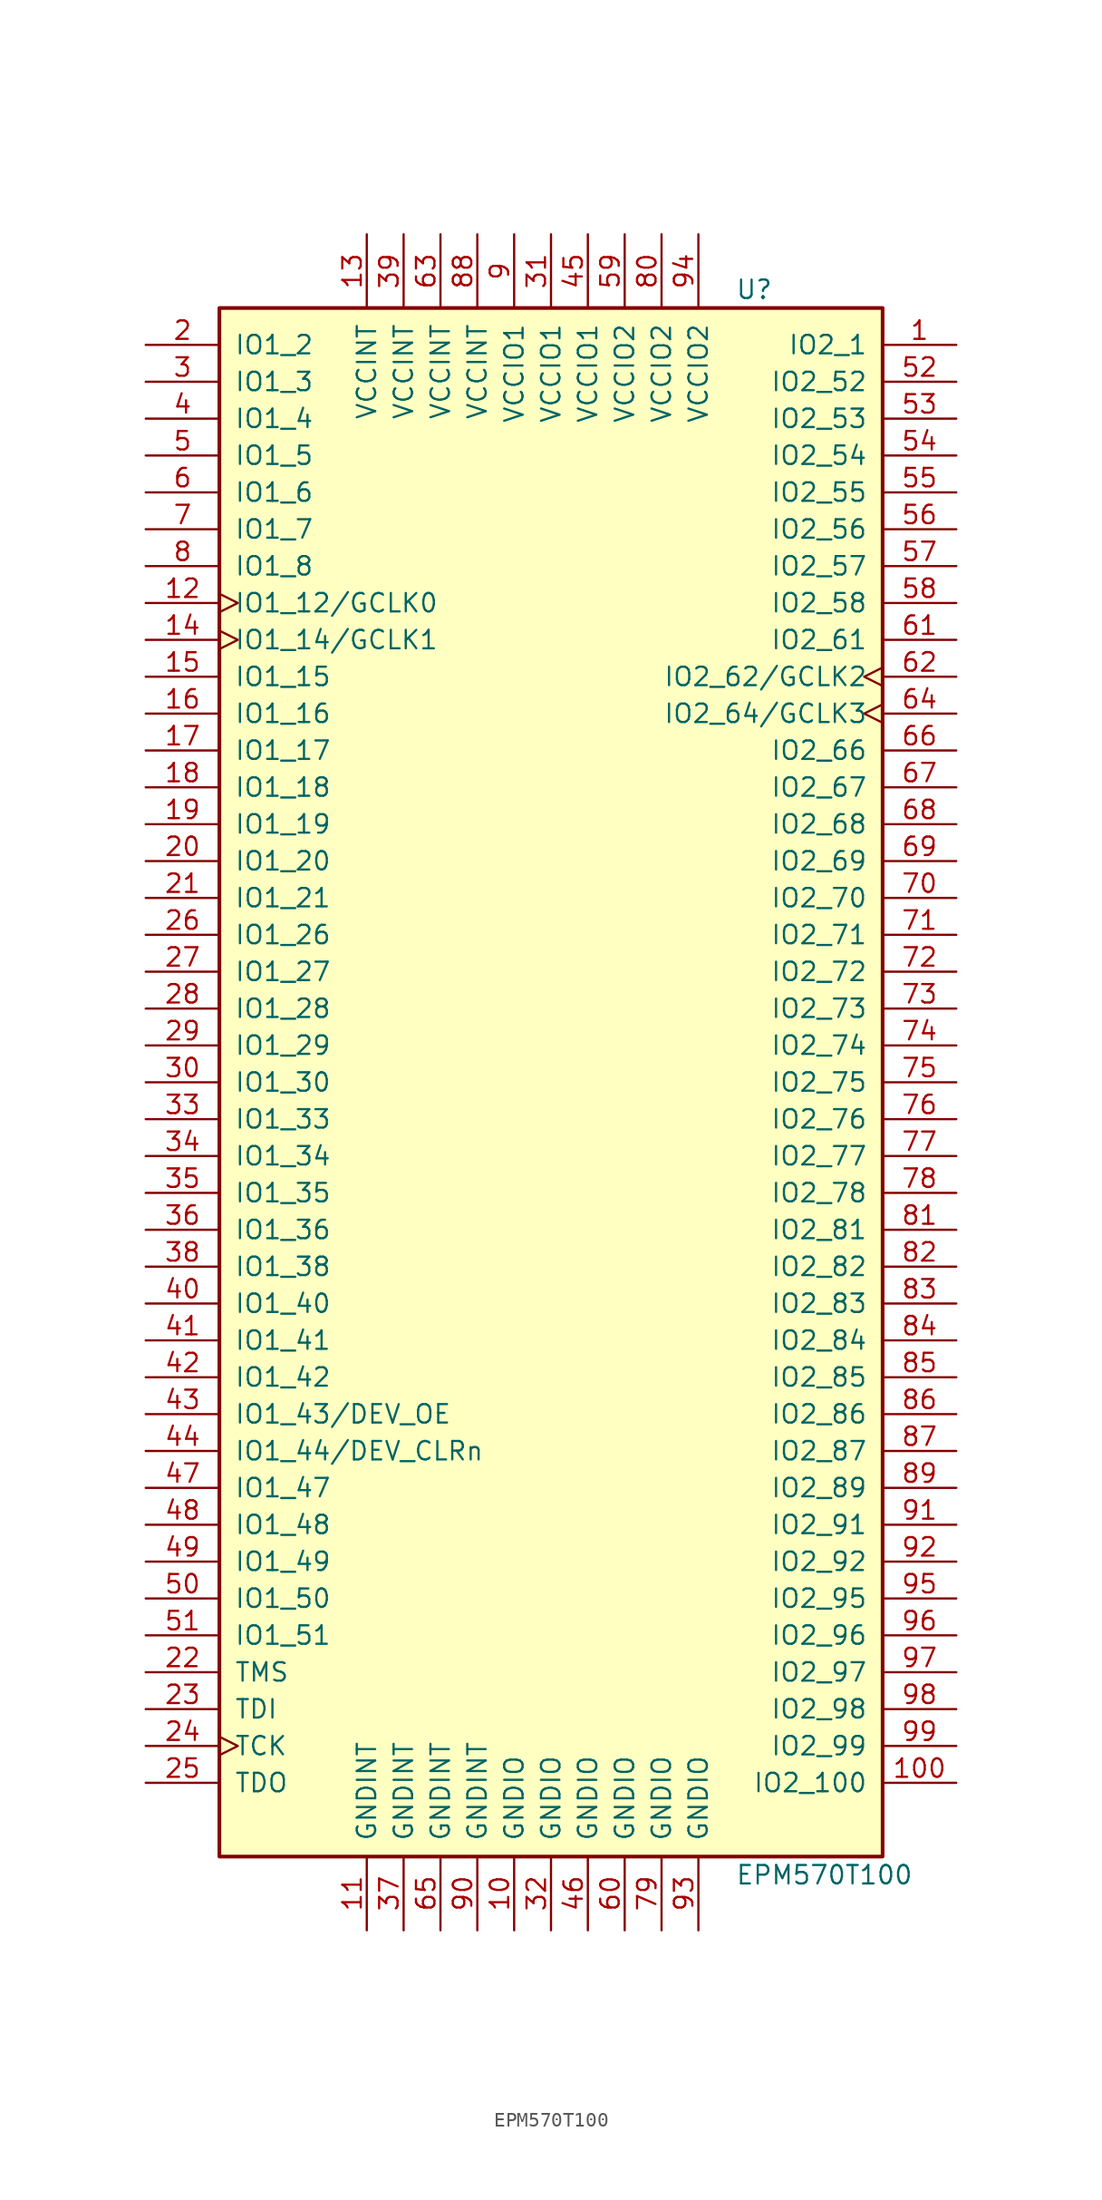
<source format=kicad_sym>
(kicad_symbol_lib
  (version 20201005)
  (generator kicad_symbol_editor)
  (symbol "EPM570T100"
    (pin_names
      (offset 1.016))
    (property "Reference" "U"
      (at 12.7 54.61 0)
      (effects (font (size 1.27 1.27)) (justify left)))
    (property "Value" "EPM570T100"
      (at 12.7 -54.61 0)
      (effects (font (size 1.27 1.27)) (justify left)))
    (property "ki_locked" ""
      (at 0 0 0)
      (effects (font (size 1.27 1.27))))
    (symbol "EPM570T100_1_1"
      (rectangle (start -22.86 53.34) (end 22.86 -53.34) (stroke (width 0.254)) (fill (type background)))
      (pin bidirectional line (at 27.94 50.8 180) (length 5.08) (name "IO2_1" (effects (font (size 1.27 1.27)))) (number "1" (effects (font (size 1.27 1.27)))))
      (pin bidirectional line (at -27.94 50.8 0) (length 5.08) (name "IO1_2" (effects (font (size 1.27 1.27)))) (number "2" (effects (font (size 1.27 1.27)))))
      (pin bidirectional line (at -27.94 48.26 0) (length 5.08) (name "IO1_3" (effects (font (size 1.27 1.27)))) (number "3" (effects (font (size 1.27 1.27)))))
      (pin bidirectional line (at -27.94 45.72 0) (length 5.08) (name "IO1_4" (effects (font (size 1.27 1.27)))) (number "4" (effects (font (size 1.27 1.27)))))
      (pin bidirectional line (at -27.94 43.18 0) (length 5.08) (name "IO1_5" (effects (font (size 1.27 1.27)))) (number "5" (effects (font (size 1.27 1.27)))))
      (pin bidirectional line (at -27.94 40.64 0) (length 5.08) (name "IO1_6" (effects (font (size 1.27 1.27)))) (number "6" (effects (font (size 1.27 1.27)))))
      (pin bidirectional line (at -27.94 38.1 0) (length 5.08) (name "IO1_7" (effects (font (size 1.27 1.27)))) (number "7" (effects (font (size 1.27 1.27)))))
      (pin bidirectional line (at -27.94 35.56 0) (length 5.08) (name "IO1_8" (effects (font (size 1.27 1.27)))) (number "8" (effects (font (size 1.27 1.27)))))
      (pin bidirectional clock (at -27.94 33.02 0) (length 5.08) (name "IO1_12/GCLK0" (effects (font (size 1.27 1.27)))) (number "12" (effects (font (size 1.27 1.27)))))
      (pin bidirectional clock (at -27.94 30.48 0) (length 5.08) (name "IO1_14/GCLK1" (effects (font (size 1.27 1.27)))) (number "14" (effects (font (size 1.27 1.27)))))
      (pin bidirectional line (at -27.94 27.94 0) (length 5.08) (name "IO1_15" (effects (font (size 1.27 1.27)))) (number "15" (effects (font (size 1.27 1.27)))))
      (pin bidirectional line (at -27.94 25.4 0) (length 5.08) (name "IO1_16" (effects (font (size 1.27 1.27)))) (number "16" (effects (font (size 1.27 1.27)))))
      (pin bidirectional line (at -27.94 22.86 0) (length 5.08) (name "IO1_17" (effects (font (size 1.27 1.27)))) (number "17" (effects (font (size 1.27 1.27)))))
      (pin bidirectional line (at -27.94 20.32 0) (length 5.08) (name "IO1_18" (effects (font (size 1.27 1.27)))) (number "18" (effects (font (size 1.27 1.27)))))
      (pin bidirectional line (at -27.94 17.78 0) (length 5.08) (name "IO1_19" (effects (font (size 1.27 1.27)))) (number "19" (effects (font (size 1.27 1.27)))))
      (pin bidirectional line (at -27.94 15.24 0) (length 5.08) (name "IO1_20" (effects (font (size 1.27 1.27)))) (number "20" (effects (font (size 1.27 1.27)))))
      (pin bidirectional line (at -27.94 12.7 0) (length 5.08) (name "IO1_21" (effects (font (size 1.27 1.27)))) (number "21" (effects (font (size 1.27 1.27)))))
      (pin bidirectional line (at -27.94 10.16 0) (length 5.08) (name "IO1_26" (effects (font (size 1.27 1.27)))) (number "26" (effects (font (size 1.27 1.27)))))
      (pin bidirectional line (at -27.94 7.62 0) (length 5.08) (name "IO1_27" (effects (font (size 1.27 1.27)))) (number "27" (effects (font (size 1.27 1.27)))))
      (pin bidirectional line (at -27.94 5.08 0) (length 5.08) (name "IO1_28" (effects (font (size 1.27 1.27)))) (number "28" (effects (font (size 1.27 1.27)))))
      (pin bidirectional line (at -27.94 2.54 0) (length 5.08) (name "IO1_29" (effects (font (size 1.27 1.27)))) (number "29" (effects (font (size 1.27 1.27)))))
      (pin bidirectional line (at -27.94 0 0) (length 5.08) (name "IO1_30" (effects (font (size 1.27 1.27)))) (number "30" (effects (font (size 1.27 1.27)))))
      (pin bidirectional line (at -27.94 -2.54 0) (length 5.08) (name "IO1_33" (effects (font (size 1.27 1.27)))) (number "33" (effects (font (size 1.27 1.27)))))
      (pin bidirectional line (at -27.94 -5.08 0) (length 5.08) (name "IO1_34" (effects (font (size 1.27 1.27)))) (number "34" (effects (font (size 1.27 1.27)))))
      (pin bidirectional line (at -27.94 -7.62 0) (length 5.08) (name "IO1_35" (effects (font (size 1.27 1.27)))) (number "35" (effects (font (size 1.27 1.27)))))
      (pin bidirectional line (at -27.94 -10.16 0) (length 5.08) (name "IO1_36" (effects (font (size 1.27 1.27)))) (number "36" (effects (font (size 1.27 1.27)))))
      (pin bidirectional line (at -27.94 -12.7 0) (length 5.08) (name "IO1_38" (effects (font (size 1.27 1.27)))) (number "38" (effects (font (size 1.27 1.27)))))
      (pin bidirectional line (at -27.94 -15.24 0) (length 5.08) (name "IO1_40" (effects (font (size 1.27 1.27)))) (number "40" (effects (font (size 1.27 1.27)))))
      (pin bidirectional line (at -27.94 -17.78 0) (length 5.08) (name "IO1_41" (effects (font (size 1.27 1.27)))) (number "41" (effects (font (size 1.27 1.27)))))
      (pin bidirectional line (at -27.94 -20.32 0) (length 5.08) (name "IO1_42" (effects (font (size 1.27 1.27)))) (number "42" (effects (font (size 1.27 1.27)))))
      (pin bidirectional line (at -27.94 -22.86 0) (length 5.08) (name "IO1_43/DEV_OE" (effects (font (size 1.27 1.27)))) (number "43" (effects (font (size 1.27 1.27)))))
      (pin bidirectional line (at -27.94 -25.4 0) (length 5.08) (name "IO1_44/DEV_CLRn" (effects (font (size 1.27 1.27)))) (number "44" (effects (font (size 1.27 1.27)))))
      (pin bidirectional line (at -27.94 -27.94 0) (length 5.08) (name "IO1_47" (effects (font (size 1.27 1.27)))) (number "47" (effects (font (size 1.27 1.27)))))
      (pin bidirectional line (at -27.94 -30.48 0) (length 5.08) (name "IO1_48" (effects (font (size 1.27 1.27)))) (number "48" (effects (font (size 1.27 1.27)))))
      (pin bidirectional line (at -27.94 -33.02 0) (length 5.08) (name "IO1_49" (effects (font (size 1.27 1.27)))) (number "49" (effects (font (size 1.27 1.27)))))
      (pin bidirectional line (at -27.94 -35.56 0) (length 5.08) (name "IO1_50" (effects (font (size 1.27 1.27)))) (number "50" (effects (font (size 1.27 1.27)))))
      (pin bidirectional line (at -27.94 -38.1 0) (length 5.08) (name "IO1_51" (effects (font (size 1.27 1.27)))) (number "51" (effects (font (size 1.27 1.27)))))
      (pin bidirectional line (at 27.94 48.26 180) (length 5.08) (name "IO2_52" (effects (font (size 1.27 1.27)))) (number "52" (effects (font (size 1.27 1.27)))))
      (pin bidirectional line (at 27.94 45.72 180) (length 5.08) (name "IO2_53" (effects (font (size 1.27 1.27)))) (number "53" (effects (font (size 1.27 1.27)))))
      (pin bidirectional line (at 27.94 43.18 180) (length 5.08) (name "IO2_54" (effects (font (size 1.27 1.27)))) (number "54" (effects (font (size 1.27 1.27)))))
      (pin bidirectional line (at 27.94 40.64 180) (length 5.08) (name "IO2_55" (effects (font (size 1.27 1.27)))) (number "55" (effects (font (size 1.27 1.27)))))
      (pin bidirectional line (at 27.94 38.1 180) (length 5.08) (name "IO2_56" (effects (font (size 1.27 1.27)))) (number "56" (effects (font (size 1.27 1.27)))))
      (pin bidirectional line (at 27.94 35.56 180) (length 5.08) (name "IO2_57" (effects (font (size 1.27 1.27)))) (number "57" (effects (font (size 1.27 1.27)))))
      (pin bidirectional line (at 27.94 33.02 180) (length 5.08) (name "IO2_58" (effects (font (size 1.27 1.27)))) (number "58" (effects (font (size 1.27 1.27)))))
      (pin bidirectional line (at 27.94 30.48 180) (length 5.08) (name "IO2_61" (effects (font (size 1.27 1.27)))) (number "61" (effects (font (size 1.27 1.27)))))
      (pin bidirectional clock (at 27.94 27.94 180) (length 5.08) (name "IO2_62/GCLK2" (effects (font (size 1.27 1.27)))) (number "62" (effects (font (size 1.27 1.27)))))
      (pin bidirectional clock (at 27.94 25.4 180) (length 5.08) (name "IO2_64/GCLK3" (effects (font (size 1.27 1.27)))) (number "64" (effects (font (size 1.27 1.27)))))
      (pin bidirectional line (at 27.94 22.86 180) (length 5.08) (name "IO2_66" (effects (font (size 1.27 1.27)))) (number "66" (effects (font (size 1.27 1.27)))))
      (pin bidirectional line (at 27.94 20.32 180) (length 5.08) (name "IO2_67" (effects (font (size 1.27 1.27)))) (number "67" (effects (font (size 1.27 1.27)))))
      (pin bidirectional line (at 27.94 17.78 180) (length 5.08) (name "IO2_68" (effects (font (size 1.27 1.27)))) (number "68" (effects (font (size 1.27 1.27)))))
      (pin bidirectional line (at 27.94 15.24 180) (length 5.08) (name "IO2_69" (effects (font (size 1.27 1.27)))) (number "69" (effects (font (size 1.27 1.27)))))
      (pin bidirectional line (at 27.94 12.7 180) (length 5.08) (name "IO2_70" (effects (font (size 1.27 1.27)))) (number "70" (effects (font (size 1.27 1.27)))))
      (pin bidirectional line (at 27.94 10.16 180) (length 5.08) (name "IO2_71" (effects (font (size 1.27 1.27)))) (number "71" (effects (font (size 1.27 1.27)))))
      (pin bidirectional line (at 27.94 7.62 180) (length 5.08) (name "IO2_72" (effects (font (size 1.27 1.27)))) (number "72" (effects (font (size 1.27 1.27)))))
      (pin bidirectional line (at 27.94 5.08 180) (length 5.08) (name "IO2_73" (effects (font (size 1.27 1.27)))) (number "73" (effects (font (size 1.27 1.27)))))
      (pin bidirectional line (at 27.94 2.54 180) (length 5.08) (name "IO2_74" (effects (font (size 1.27 1.27)))) (number "74" (effects (font (size 1.27 1.27)))))
      (pin bidirectional line (at 27.94 0 180) (length 5.08) (name "IO2_75" (effects (font (size 1.27 1.27)))) (number "75" (effects (font (size 1.27 1.27)))))
      (pin bidirectional line (at 27.94 -2.54 180) (length 5.08) (name "IO2_76" (effects (font (size 1.27 1.27)))) (number "76" (effects (font (size 1.27 1.27)))))
      (pin bidirectional line (at 27.94 -5.08 180) (length 5.08) (name "IO2_77" (effects (font (size 1.27 1.27)))) (number "77" (effects (font (size 1.27 1.27)))))
      (pin bidirectional line (at 27.94 -7.62 180) (length 5.08) (name "IO2_78" (effects (font (size 1.27 1.27)))) (number "78" (effects (font (size 1.27 1.27)))))
      (pin bidirectional line (at 27.94 -10.16 180) (length 5.08) (name "IO2_81" (effects (font (size 1.27 1.27)))) (number "81" (effects (font (size 1.27 1.27)))))
      (pin bidirectional line (at 27.94 -12.7 180) (length 5.08) (name "IO2_82" (effects (font (size 1.27 1.27)))) (number "82" (effects (font (size 1.27 1.27)))))
      (pin bidirectional line (at 27.94 -15.24 180) (length 5.08) (name "IO2_83" (effects (font (size 1.27 1.27)))) (number "83" (effects (font (size 1.27 1.27)))))
      (pin bidirectional line (at 27.94 -17.78 180) (length 5.08) (name "IO2_84" (effects (font (size 1.27 1.27)))) (number "84" (effects (font (size 1.27 1.27)))))
      (pin bidirectional line (at 27.94 -20.32 180) (length 5.08) (name "IO2_85" (effects (font (size 1.27 1.27)))) (number "85" (effects (font (size 1.27 1.27)))))
      (pin bidirectional line (at 27.94 -22.86 180) (length 5.08) (name "IO2_86" (effects (font (size 1.27 1.27)))) (number "86" (effects (font (size 1.27 1.27)))))
      (pin bidirectional line (at 27.94 -25.4 180) (length 5.08) (name "IO2_87" (effects (font (size 1.27 1.27)))) (number "87" (effects (font (size 1.27 1.27)))))
      (pin bidirectional line (at 27.94 -27.94 180) (length 5.08) (name "IO2_89" (effects (font (size 1.27 1.27)))) (number "89" (effects (font (size 1.27 1.27)))))
      (pin bidirectional line (at 27.94 -30.48 180) (length 5.08) (name "IO2_91" (effects (font (size 1.27 1.27)))) (number "91" (effects (font (size 1.27 1.27)))))
      (pin bidirectional line (at 27.94 -33.02 180) (length 5.08) (name "IO2_92" (effects (font (size 1.27 1.27)))) (number "92" (effects (font (size 1.27 1.27)))))
      (pin bidirectional line (at 27.94 -35.56 180) (length 5.08) (name "IO2_95" (effects (font (size 1.27 1.27)))) (number "95" (effects (font (size 1.27 1.27)))))
      (pin bidirectional line (at 27.94 -38.1 180) (length 5.08) (name "IO2_96" (effects (font (size 1.27 1.27)))) (number "96" (effects (font (size 1.27 1.27)))))
      (pin bidirectional line (at 27.94 -40.64 180) (length 5.08) (name "IO2_97" (effects (font (size 1.27 1.27)))) (number "97" (effects (font (size 1.27 1.27)))))
      (pin bidirectional line (at 27.94 -43.18 180) (length 5.08) (name "IO2_98" (effects (font (size 1.27 1.27)))) (number "98" (effects (font (size 1.27 1.27)))))
      (pin bidirectional line (at 27.94 -45.72 180) (length 5.08) (name "IO2_99" (effects (font (size 1.27 1.27)))) (number "99" (effects (font (size 1.27 1.27)))))
      (pin bidirectional line (at 27.94 -48.26 180) (length 5.08) (name "IO2_100" (effects (font (size 1.27 1.27)))) (number "100" (effects (font (size 1.27 1.27)))))
      (pin input line (at -27.94 -40.64 0) (length 5.08) (name "TMS" (effects (font (size 1.27 1.27)))) (number "22" (effects (font (size 1.27 1.27)))))
      (pin input line (at -27.94 -43.18 0) (length 5.08) (name "TDI" (effects (font (size 1.27 1.27)))) (number "23" (effects (font (size 1.27 1.27)))))
      (pin input clock (at -27.94 -45.72 0) (length 5.08) (name "TCK" (effects (font (size 1.27 1.27)))) (number "24" (effects (font (size 1.27 1.27)))))
      (pin output line (at -27.94 -48.26 0) (length 5.08) (name "TDO" (effects (font (size 1.27 1.27)))) (number "25" (effects (font (size 1.27 1.27)))))
      (pin power_in line (at -12.7 -58.42 90) (length 5.08) (name "GNDINT" (effects (font (size 1.27 1.27)))) (number "11" (effects (font (size 1.27 1.27)))))
      (pin power_in line (at -10.16 -58.42 90) (length 5.08) (name "GNDINT" (effects (font (size 1.27 1.27)))) (number "37" (effects (font (size 1.27 1.27)))))
      (pin power_in line (at -7.62 -58.42 90) (length 5.08) (name "GNDINT" (effects (font (size 1.27 1.27)))) (number "65" (effects (font (size 1.27 1.27)))))
      (pin power_in line (at -5.08 -58.42 90) (length 5.08) (name "GNDINT" (effects (font (size 1.27 1.27)))) (number "90" (effects (font (size 1.27 1.27)))))
      (pin power_in line (at -2.54 -58.42 90) (length 5.08) (name "GNDIO" (effects (font (size 1.27 1.27)))) (number "10" (effects (font (size 1.27 1.27)))))
      (pin power_in line (at 0 -58.42 90) (length 5.08) (name "GNDIO" (effects (font (size 1.27 1.27)))) (number "32" (effects (font (size 1.27 1.27)))))
      (pin power_in line (at 2.54 -58.42 90) (length 5.08) (name "GNDIO" (effects (font (size 1.27 1.27)))) (number "46" (effects (font (size 1.27 1.27)))))
      (pin power_in line (at 5.08 -58.42 90) (length 5.08) (name "GNDIO" (effects (font (size 1.27 1.27)))) (number "60" (effects (font (size 1.27 1.27)))))
      (pin power_in line (at 7.62 -58.42 90) (length 5.08) (name "GNDIO" (effects (font (size 1.27 1.27)))) (number "79" (effects (font (size 1.27 1.27)))))
      (pin power_in line (at 10.16 -58.42 90) (length 5.08) (name "GNDIO" (effects (font (size 1.27 1.27)))) (number "93" (effects (font (size 1.27 1.27)))))
      (pin power_in line (at -12.7 58.42 270) (length 5.08) (name "VCCINT" (effects (font (size 1.27 1.27)))) (number "13" (effects (font (size 1.27 1.27)))))
      (pin power_in line (at -10.16 58.42 270) (length 5.08) (name "VCCINT" (effects (font (size 1.27 1.27)))) (number "39" (effects (font (size 1.27 1.27)))))
      (pin power_in line (at -7.62 58.42 270) (length 5.08) (name "VCCINT" (effects (font (size 1.27 1.27)))) (number "63" (effects (font (size 1.27 1.27)))))
      (pin power_in line (at -5.08 58.42 270) (length 5.08) (name "VCCINT" (effects (font (size 1.27 1.27)))) (number "88" (effects (font (size 1.27 1.27)))))
      (pin power_in line (at -2.54 58.42 270) (length 5.08) (name "VCCIO1" (effects (font (size 1.27 1.27)))) (number "9" (effects (font (size 1.27 1.27)))))
      (pin power_in line (at 0 58.42 270) (length 5.08) (name "VCCIO1" (effects (font (size 1.27 1.27)))) (number "31" (effects (font (size 1.27 1.27)))))
      (pin power_in line (at 2.54 58.42 270) (length 5.08) (name "VCCIO1" (effects (font (size 1.27 1.27)))) (number "45" (effects (font (size 1.27 1.27)))))
      (pin power_in line (at 5.08 58.42 270) (length 5.08) (name "VCCIO2" (effects (font (size 1.27 1.27)))) (number "59" (effects (font (size 1.27 1.27)))))
      (pin power_in line (at 7.62 58.42 270) (length 5.08) (name "VCCIO2" (effects (font (size 1.27 1.27)))) (number "80" (effects (font (size 1.27 1.27)))))
      (pin power_in line (at 10.16 58.42 270) (length 5.08) (name "VCCIO2" (effects (font (size 1.27 1.27)))) (number "94" (effects (font (size 1.27 1.27))))))))
</source>
